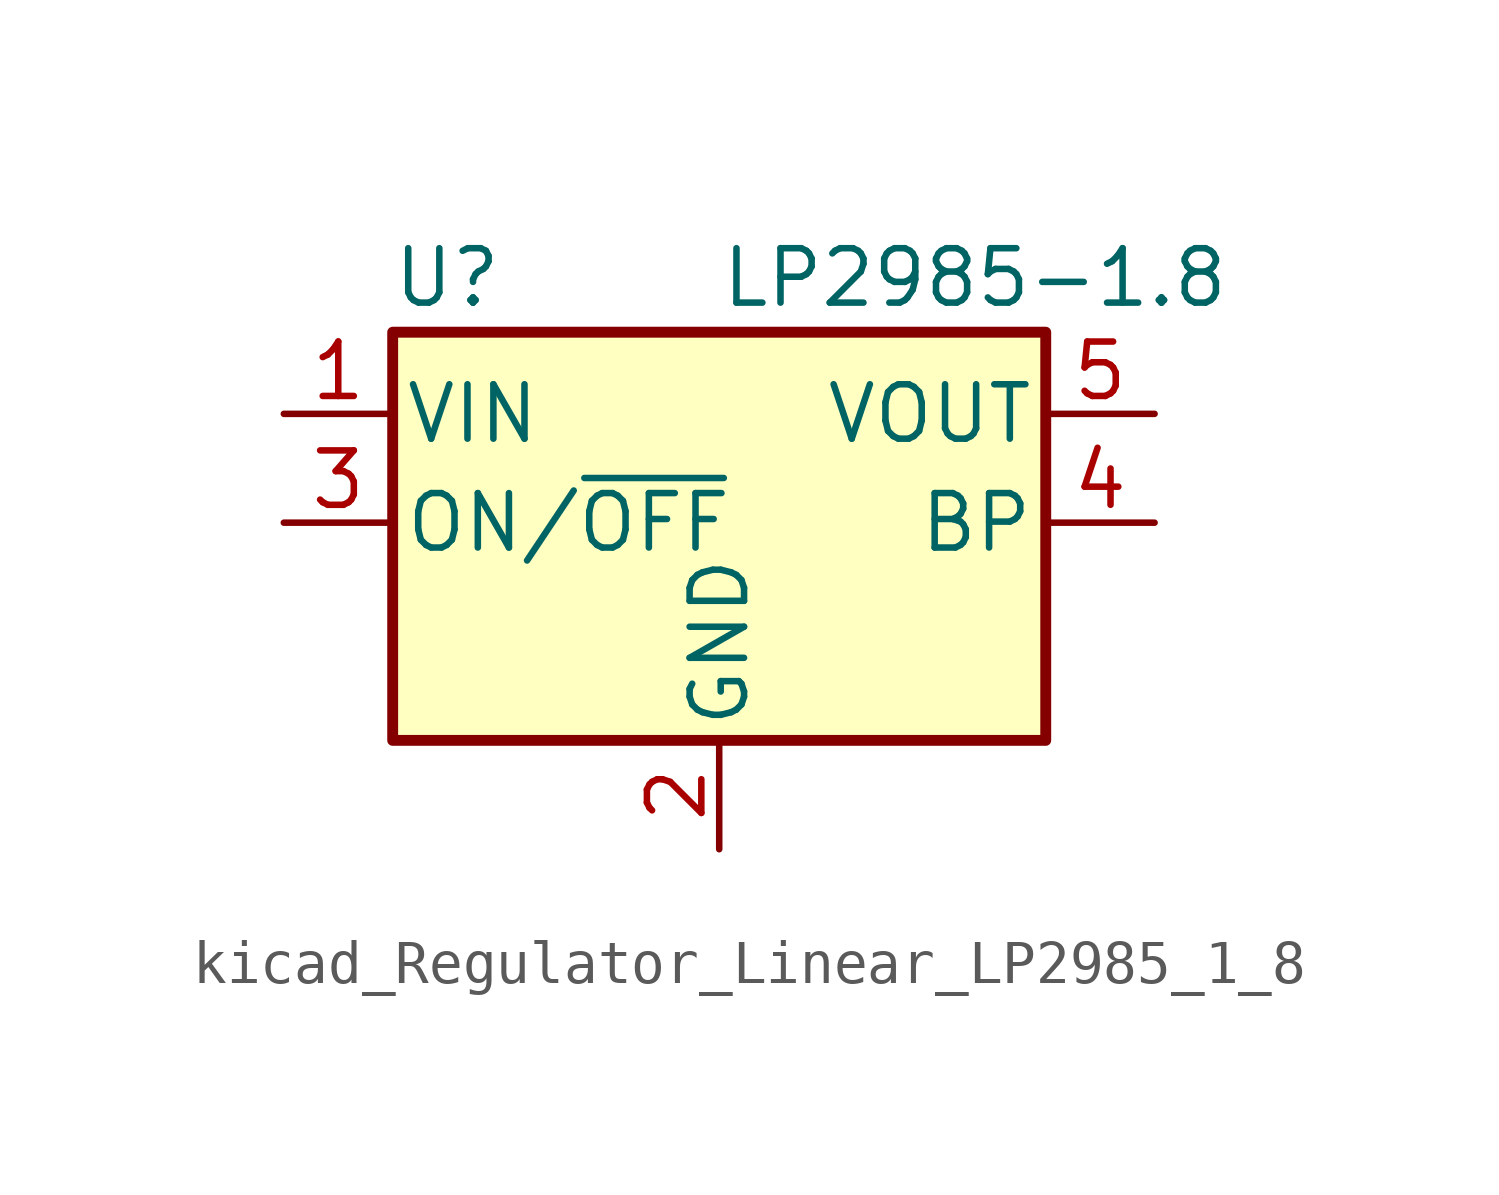
<source format=kicad_sym>
(kicad_symbol_lib
  (version 20220914)
  (generator kicad_symbol_editor)
  (symbol "kicad_Regulator_Linear_LP2985_1_8"
    (pin_names
      (offset 0.254))
    (property "Reference" "U"
      (at -6.35 5.715 0)
      (effects (font (size 1.27 1.27))))
    (property "Value" "LP2985-1.8"
      (at 0 5.715 0)
      (effects (font (size 1.27 1.27)) (justify left)))
    (symbol "kicad_Regulator_Linear_LP2985_1_8_0_1"
      (rectangle (start -7.62 -5.08) (end 7.62 4.445) (stroke (width 0.254) (type default)) (fill (type background))))
    (symbol "kicad_Regulator_Linear_LP2985_1_8_1_1"
      (pin power_in line (at -10.16 2.54 0) (length 2.54) (name "VIN" (effects (font (size 1.27 1.27)))) (number "1" (effects (font (size 1.27 1.27)))))
      (pin power_in line (at 0 -7.62 90) (length 2.54) (name "GND" (effects (font (size 1.27 1.27)))) (number "2" (effects (font (size 1.27 1.27)))))
      (pin input line (at -10.16 0 0) (length 2.54) (name "ON/~{OFF}" (effects (font (size 1.27 1.27)))) (number "3" (effects (font (size 1.27 1.27)))))
      (pin input line (at 10.16 0 180) (length 2.54) (name "BP" (effects (font (size 1.27 1.27)))) (number "4" (effects (font (size 1.27 1.27)))))
      (pin power_out line (at 10.16 2.54 180) (length 2.54) (name "VOUT" (effects (font (size 1.27 1.27)))) (number "5" (effects (font (size 1.27 1.27))))))))
</source>
